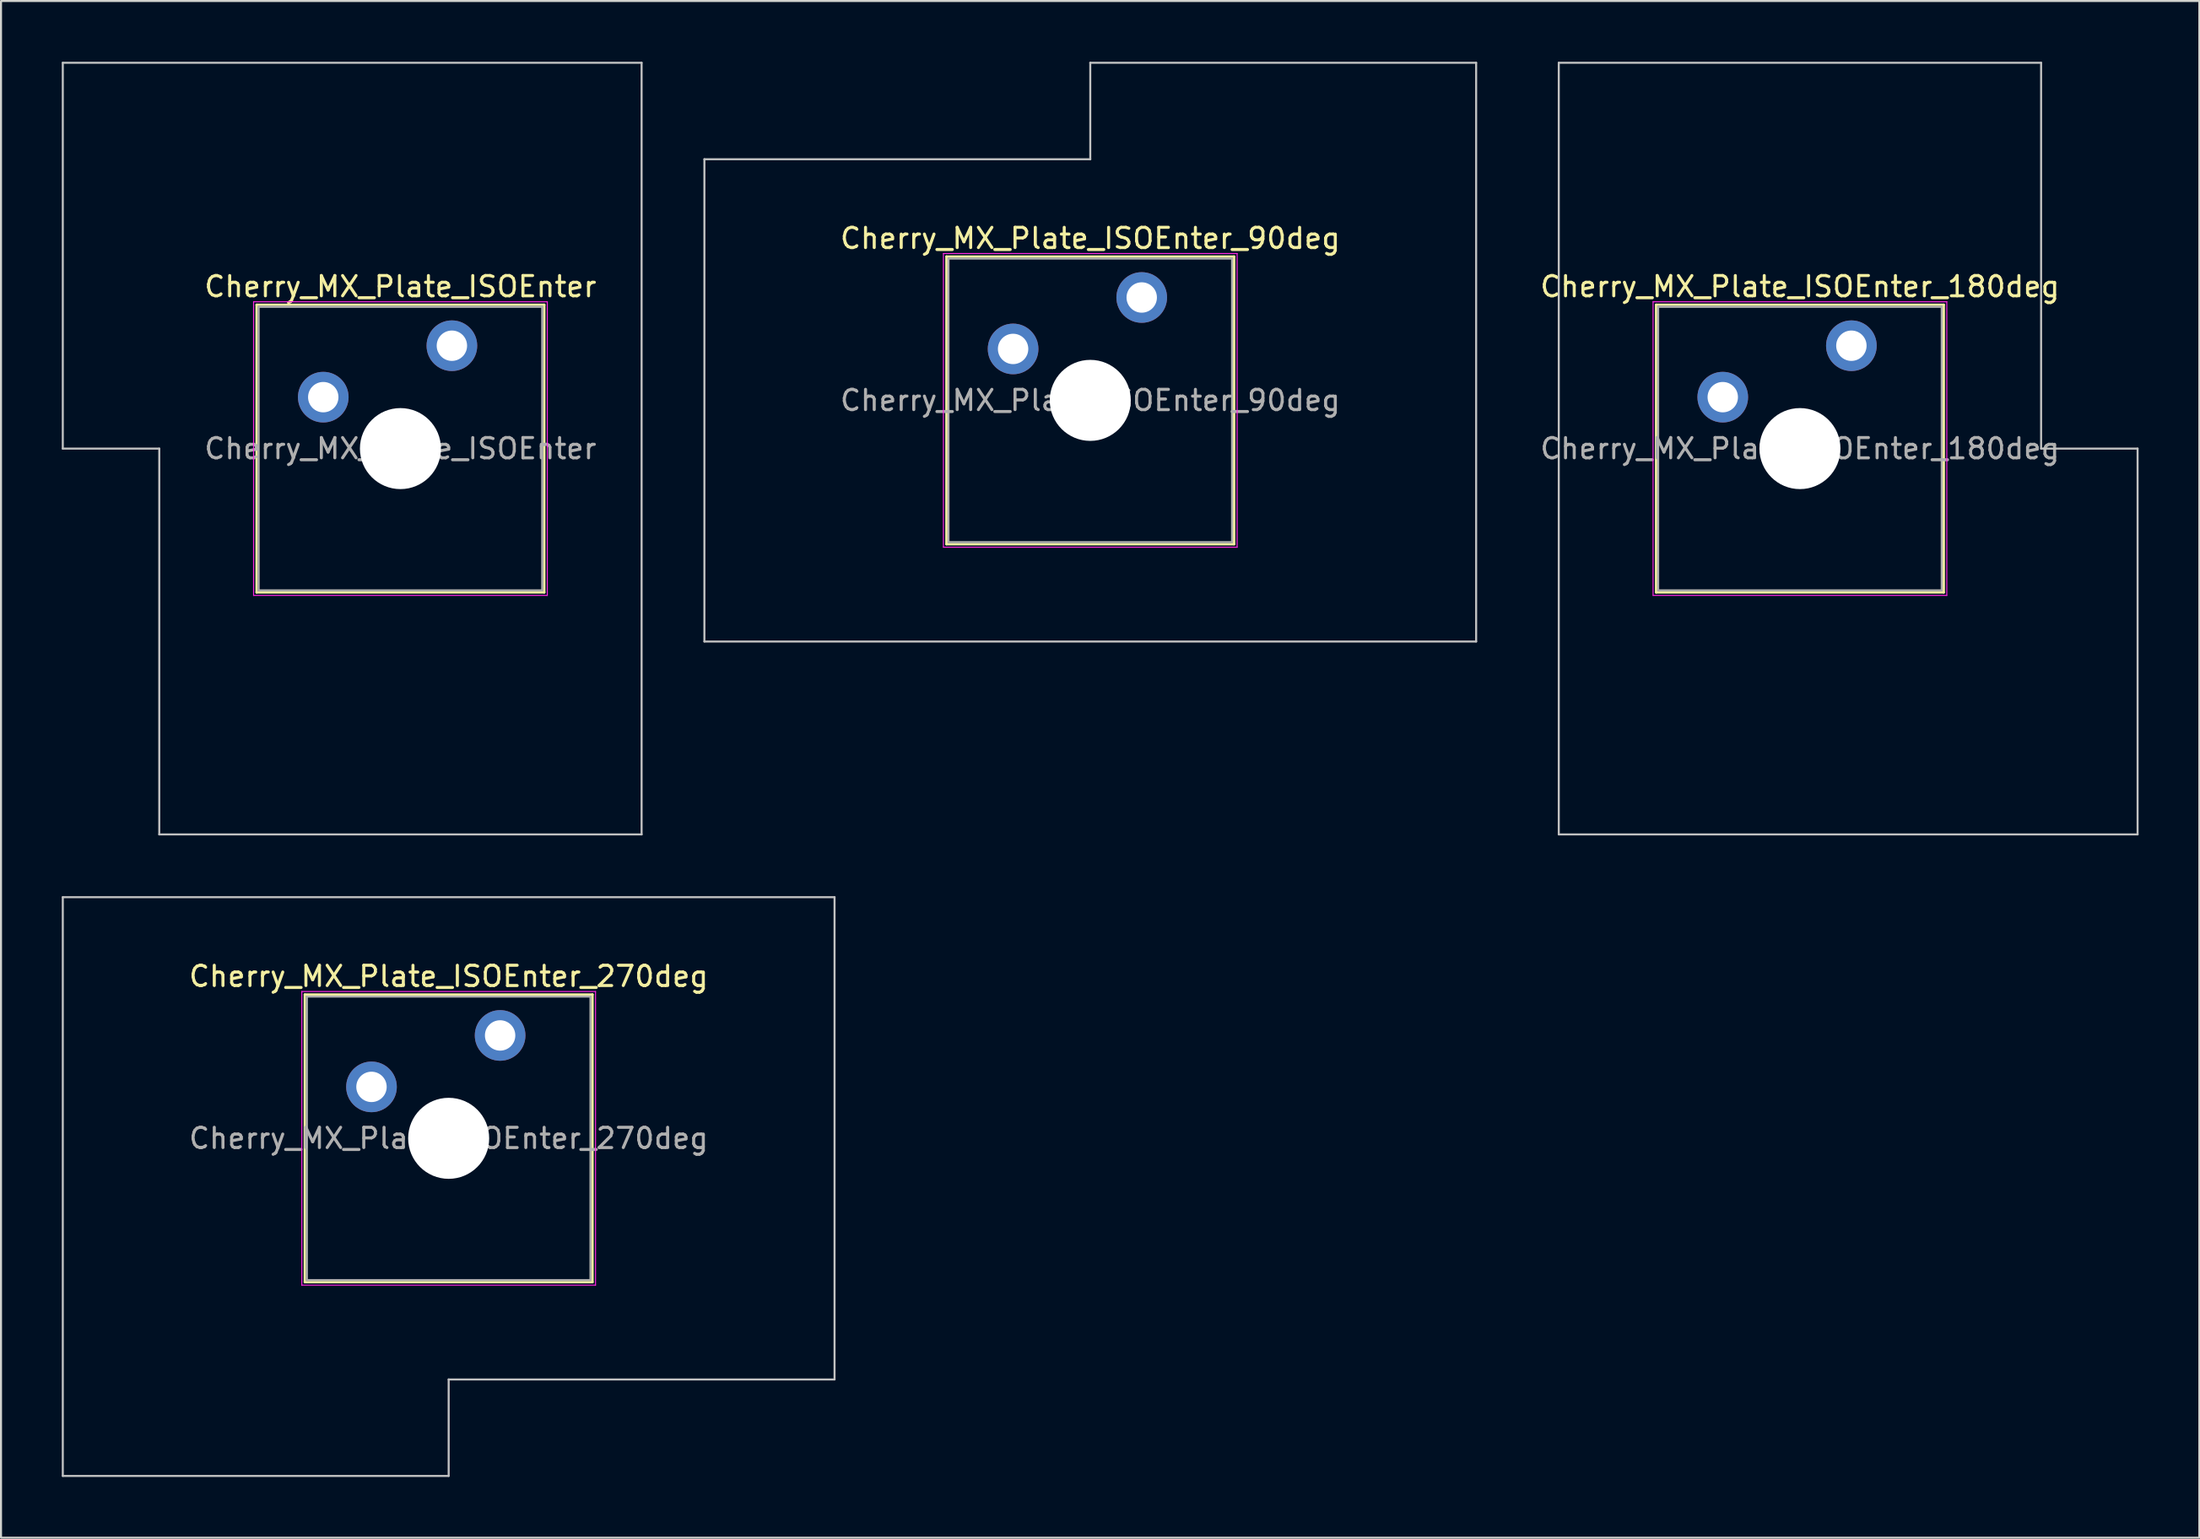
<source format=kicad_pcb>
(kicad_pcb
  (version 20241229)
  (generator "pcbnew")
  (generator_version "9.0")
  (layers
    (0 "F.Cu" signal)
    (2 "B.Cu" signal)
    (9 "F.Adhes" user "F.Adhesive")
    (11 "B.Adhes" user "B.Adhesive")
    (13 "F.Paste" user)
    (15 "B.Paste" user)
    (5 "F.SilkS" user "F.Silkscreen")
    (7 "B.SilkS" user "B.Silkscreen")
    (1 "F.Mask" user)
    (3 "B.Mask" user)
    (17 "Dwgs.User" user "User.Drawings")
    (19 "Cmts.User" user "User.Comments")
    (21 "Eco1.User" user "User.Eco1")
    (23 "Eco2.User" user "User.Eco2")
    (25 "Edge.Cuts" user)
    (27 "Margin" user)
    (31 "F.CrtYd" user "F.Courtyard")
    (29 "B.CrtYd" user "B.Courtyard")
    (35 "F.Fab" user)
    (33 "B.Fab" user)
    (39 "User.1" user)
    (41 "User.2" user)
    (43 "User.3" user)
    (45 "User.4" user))
  (footprint "Cherry_MX_Plate_ISOEnter"
    (layer "F.Cu")
    (at 16.719 19.1)
    (property "Reference" "Cherry_MX_Plate_ISOEnter" (at 0 -8 0) (layer "F.SilkS") (effects (font (size 1 1) (thickness 0.15))))
    (attr through_hole)
    (fp_line (start -7.1 -7.1) (end -7.1 7.1) (stroke (width 0.12) (type solid)) (layer "F.SilkS"))
    (fp_line (start -7.1 7.1) (end 7.1 7.1) (stroke (width 0.12) (type solid)) (layer "F.SilkS"))
    (fp_line (start 7.1 -7.1) (end -7.1 -7.1) (stroke (width 0.12) (type solid)) (layer "F.SilkS"))
    (fp_line (start 7.1 7.1) (end 7.1 -7.1) (stroke (width 0.12) (type solid)) (layer "F.SilkS"))
    (fp_line (start -16.669 -19.05) (end -16.669 0) (stroke (width 0.1) (type solid)) (layer "Dwgs.User"))
    (fp_line (start -16.669 0) (end -11.906 0) (stroke (width 0.1) (type solid)) (layer "Dwgs.User"))
    (fp_line (start -11.906 0) (end -11.906 19.05) (stroke (width 0.1) (type solid)) (layer "Dwgs.User"))
    (fp_line (start -11.906 19.05) (end 11.906 19.05) (stroke (width 0.1) (type solid)) (layer "Dwgs.User"))
    (fp_line (start 11.906 -19.05) (end -16.669 -19.05) (stroke (width 0.1) (type solid)) (layer "Dwgs.User"))
    (fp_line (start 11.906 19.05) (end 11.906 -19.05) (stroke (width 0.1) (type solid)) (layer "Dwgs.User"))
    (fp_line (start -7 -7) (end -7 7) (stroke (width 0.1) (type solid)) (layer "Eco1.User"))
    (fp_line (start -7 7) (end 7 7) (stroke (width 0.1) (type solid)) (layer "Eco1.User"))
    (fp_line (start 7 -7) (end -7 -7) (stroke (width 0.1) (type solid)) (layer "Eco1.User"))
    (fp_line (start 7 7) (end 7 -7) (stroke (width 0.1) (type solid)) (layer "Eco1.User"))
    (fp_line (start -7.25 -7.25) (end -7.25 7.25) (stroke (width 0.05) (type solid)) (layer "F.CrtYd"))
    (fp_line (start -7.25 7.25) (end 7.25 7.25) (stroke (width 0.05) (type solid)) (layer "F.CrtYd"))
    (fp_line (start 7.25 -7.25) (end -7.25 -7.25) (stroke (width 0.05) (type solid)) (layer "F.CrtYd"))
    (fp_line (start 7.25 7.25) (end 7.25 -7.25) (stroke (width 0.05) (type solid)) (layer "F.CrtYd"))
    (fp_line (start -7 -7) (end -7 7) (stroke (width 0.1) (type solid)) (layer "F.Fab"))
    (fp_line (start -7 7) (end 7 7) (stroke (width 0.1) (type solid)) (layer "F.Fab"))
    (fp_line (start 7 -7) (end -7 -7) (stroke (width 0.1) (type solid)) (layer "F.Fab"))
    (fp_line (start 7 7) (end 7 -7) (stroke (width 0.1) (type solid)) (layer "F.Fab"))
    (fp_text user "${REFERENCE}" (at 0 0 0) (layer "F.Fab") (effects (font (size 1 1) (thickness 0.15))))
    (pad "" np_thru_hole circle (at 0 0) (size 4 4) (drill 4) (layers "*.Cu" "*.Mask"))
    (pad "1" thru_hole circle (at -3.81 -2.54) (size 2.5 2.5) (drill 1.5) (layers "*.Cu" "*.Mask"))
    (pad "2" thru_hole circle (at 2.54 -5.08) (size 2.5 2.5) (drill 1.5) (layers "*.Cu" "*.Mask")))
  (footprint "Cherry_MX_Plate_ISOEnter_180deg"
    (layer "F.Cu")
    (at 85.81 19.1)
    (property "Reference" "Cherry_MX_Plate_ISOEnter_180deg" (at 0 -8 0) (layer "F.SilkS") (effects (font (size 1 1) (thickness 0.15))))
    (attr through_hole)
    (fp_line (start -7.1 -7.1) (end -7.1 7.1) (stroke (width 0.12) (type solid)) (layer "F.SilkS"))
    (fp_line (start -7.1 7.1) (end 7.1 7.1) (stroke (width 0.12) (type solid)) (layer "F.SilkS"))
    (fp_line (start 7.1 -7.1) (end -7.1 -7.1) (stroke (width 0.12) (type solid)) (layer "F.SilkS"))
    (fp_line (start 7.1 7.1) (end 7.1 -7.1) (stroke (width 0.12) (type solid)) (layer "F.SilkS"))
    (fp_line (start -11.906 -19.05) (end -11.906 19.05) (stroke (width 0.1) (type solid)) (layer "Dwgs.User"))
    (fp_line (start -11.906 19.05) (end 16.669 19.05) (stroke (width 0.1) (type solid)) (layer "Dwgs.User"))
    (fp_line (start 11.906 -19.05) (end -11.906 -19.05) (stroke (width 0.1) (type solid)) (layer "Dwgs.User"))
    (fp_line (start 11.906 0) (end 11.906 -19.05) (stroke (width 0.1) (type solid)) (layer "Dwgs.User"))
    (fp_line (start 16.669 0) (end 11.906 0) (stroke (width 0.1) (type solid)) (layer "Dwgs.User"))
    (fp_line (start 16.669 19.05) (end 16.669 0) (stroke (width 0.1) (type solid)) (layer "Dwgs.User"))
    (fp_line (start -7 -7) (end -7 7) (stroke (width 0.1) (type solid)) (layer "Eco1.User"))
    (fp_line (start -7 7) (end 7 7) (stroke (width 0.1) (type solid)) (layer "Eco1.User"))
    (fp_line (start 7 -7) (end -7 -7) (stroke (width 0.1) (type solid)) (layer "Eco1.User"))
    (fp_line (start 7 7) (end 7 -7) (stroke (width 0.1) (type solid)) (layer "Eco1.User"))
    (fp_line (start -7.25 -7.25) (end -7.25 7.25) (stroke (width 0.05) (type solid)) (layer "F.CrtYd"))
    (fp_line (start -7.25 7.25) (end 7.25 7.25) (stroke (width 0.05) (type solid)) (layer "F.CrtYd"))
    (fp_line (start 7.25 -7.25) (end -7.25 -7.25) (stroke (width 0.05) (type solid)) (layer "F.CrtYd"))
    (fp_line (start 7.25 7.25) (end 7.25 -7.25) (stroke (width 0.05) (type solid)) (layer "F.CrtYd"))
    (fp_line (start -7 -7) (end -7 7) (stroke (width 0.1) (type solid)) (layer "F.Fab"))
    (fp_line (start -7 7) (end 7 7) (stroke (width 0.1) (type solid)) (layer "F.Fab"))
    (fp_line (start 7 -7) (end -7 -7) (stroke (width 0.1) (type solid)) (layer "F.Fab"))
    (fp_line (start 7 7) (end 7 -7) (stroke (width 0.1) (type solid)) (layer "F.Fab"))
    (fp_text user "${REFERENCE}" (at 0 0 0) (layer "F.Fab") (effects (font (size 1 1) (thickness 0.15))))
    (pad "" np_thru_hole circle (at 0 0) (size 4 4) (drill 4) (layers "*.Cu" "*.Mask"))
    (pad "1" thru_hole circle (at -3.81 -2.54) (size 2.5 2.5) (drill 1.5) (layers "*.Cu" "*.Mask"))
    (pad "2" thru_hole circle (at 2.54 -5.08) (size 2.5 2.5) (drill 1.5) (layers "*.Cu" "*.Mask")))
  (footprint "Cherry_MX_Plate_ISOEnter_270deg"
    (layer "F.Cu")
    (at 19.1 53.156)
    (property "Reference" "Cherry_MX_Plate_ISOEnter_270deg" (at 0 -8 0) (layer "F.SilkS") (effects (font (size 1 1) (thickness 0.15))))
    (attr through_hole)
    (fp_line (start -7.1 -7.1) (end -7.1 7.1) (stroke (width 0.12) (type solid)) (layer "F.SilkS"))
    (fp_line (start -7.1 7.1) (end 7.1 7.1) (stroke (width 0.12) (type solid)) (layer "F.SilkS"))
    (fp_line (start 7.1 -7.1) (end -7.1 -7.1) (stroke (width 0.12) (type solid)) (layer "F.SilkS"))
    (fp_line (start 7.1 7.1) (end 7.1 -7.1) (stroke (width 0.12) (type solid)) (layer "F.SilkS"))
    (fp_line (start -19.05 -11.906) (end -19.05 16.669) (stroke (width 0.1) (type solid)) (layer "Dwgs.User"))
    (fp_line (start -19.05 16.669) (end 0 16.669) (stroke (width 0.1) (type solid)) (layer "Dwgs.User"))
    (fp_line (start 0 11.906) (end 19.05 11.906) (stroke (width 0.1) (type solid)) (layer "Dwgs.User"))
    (fp_line (start 0 16.669) (end 0 11.906) (stroke (width 0.1) (type solid)) (layer "Dwgs.User"))
    (fp_line (start 19.05 -11.906) (end -19.05 -11.906) (stroke (width 0.1) (type solid)) (layer "Dwgs.User"))
    (fp_line (start 19.05 11.906) (end 19.05 -11.906) (stroke (width 0.1) (type solid)) (layer "Dwgs.User"))
    (fp_line (start -7 -7) (end -7 7) (stroke (width 0.1) (type solid)) (layer "Eco1.User"))
    (fp_line (start -7 7) (end 7 7) (stroke (width 0.1) (type solid)) (layer "Eco1.User"))
    (fp_line (start 7 -7) (end -7 -7) (stroke (width 0.1) (type solid)) (layer "Eco1.User"))
    (fp_line (start 7 7) (end 7 -7) (stroke (width 0.1) (type solid)) (layer "Eco1.User"))
    (fp_line (start -7.25 -7.25) (end -7.25 7.25) (stroke (width 0.05) (type solid)) (layer "F.CrtYd"))
    (fp_line (start -7.25 7.25) (end 7.25 7.25) (stroke (width 0.05) (type solid)) (layer "F.CrtYd"))
    (fp_line (start 7.25 -7.25) (end -7.25 -7.25) (stroke (width 0.05) (type solid)) (layer "F.CrtYd"))
    (fp_line (start 7.25 7.25) (end 7.25 -7.25) (stroke (width 0.05) (type solid)) (layer "F.CrtYd"))
    (fp_line (start -7 -7) (end -7 7) (stroke (width 0.1) (type solid)) (layer "F.Fab"))
    (fp_line (start -7 7) (end 7 7) (stroke (width 0.1) (type solid)) (layer "F.Fab"))
    (fp_line (start 7 -7) (end -7 -7) (stroke (width 0.1) (type solid)) (layer "F.Fab"))
    (fp_line (start 7 7) (end 7 -7) (stroke (width 0.1) (type solid)) (layer "F.Fab"))
    (fp_text user "${REFERENCE}" (at 0 0 0) (layer "F.Fab") (effects (font (size 1 1) (thickness 0.15))))
    (pad "" np_thru_hole circle (at 0 0) (size 4 4) (drill 4) (layers "*.Cu" "*.Mask"))
    (pad "1" thru_hole circle (at -3.81 -2.54) (size 2.5 2.5) (drill 1.5) (layers "*.Cu" "*.Mask"))
    (pad "2" thru_hole circle (at 2.54 -5.08) (size 2.5 2.5) (drill 1.5) (layers "*.Cu" "*.Mask")))
  (footprint "Cherry_MX_Plate_ISOEnter_90deg"
    (layer "F.Cu")
    (at 50.775 16.719)
    (property "Reference" "Cherry_MX_Plate_ISOEnter_90deg" (at 0 -8 0) (layer "F.SilkS") (effects (font (size 1 1) (thickness 0.15))))
    (attr through_hole)
    (fp_line (start -7.1 -7.1) (end -7.1 7.1) (stroke (width 0.12) (type solid)) (layer "F.SilkS"))
    (fp_line (start -7.1 7.1) (end 7.1 7.1) (stroke (width 0.12) (type solid)) (layer "F.SilkS"))
    (fp_line (start 7.1 -7.1) (end -7.1 -7.1) (stroke (width 0.12) (type solid)) (layer "F.SilkS"))
    (fp_line (start 7.1 7.1) (end 7.1 -7.1) (stroke (width 0.12) (type solid)) (layer "F.SilkS"))
    (fp_line (start -19.05 -11.906) (end -19.05 11.906) (stroke (width 0.1) (type solid)) (layer "Dwgs.User"))
    (fp_line (start -19.05 11.906) (end 19.05 11.906) (stroke (width 0.1) (type solid)) (layer "Dwgs.User"))
    (fp_line (start 0 -16.669) (end 0 -11.906) (stroke (width 0.1) (type solid)) (layer "Dwgs.User"))
    (fp_line (start 0 -11.906) (end -19.05 -11.906) (stroke (width 0.1) (type solid)) (layer "Dwgs.User"))
    (fp_line (start 19.05 -16.669) (end 0 -16.669) (stroke (width 0.1) (type solid)) (layer "Dwgs.User"))
    (fp_line (start 19.05 11.906) (end 19.05 -16.669) (stroke (width 0.1) (type solid)) (layer "Dwgs.User"))
    (fp_line (start -7 -7) (end -7 7) (stroke (width 0.1) (type solid)) (layer "Eco1.User"))
    (fp_line (start -7 7) (end 7 7) (stroke (width 0.1) (type solid)) (layer "Eco1.User"))
    (fp_line (start 7 -7) (end -7 -7) (stroke (width 0.1) (type solid)) (layer "Eco1.User"))
    (fp_line (start 7 7) (end 7 -7) (stroke (width 0.1) (type solid)) (layer "Eco1.User"))
    (fp_line (start -7.25 -7.25) (end -7.25 7.25) (stroke (width 0.05) (type solid)) (layer "F.CrtYd"))
    (fp_line (start -7.25 7.25) (end 7.25 7.25) (stroke (width 0.05) (type solid)) (layer "F.CrtYd"))
    (fp_line (start 7.25 -7.25) (end -7.25 -7.25) (stroke (width 0.05) (type solid)) (layer "F.CrtYd"))
    (fp_line (start 7.25 7.25) (end 7.25 -7.25) (stroke (width 0.05) (type solid)) (layer "F.CrtYd"))
    (fp_line (start -7 -7) (end -7 7) (stroke (width 0.1) (type solid)) (layer "F.Fab"))
    (fp_line (start -7 7) (end 7 7) (stroke (width 0.1) (type solid)) (layer "F.Fab"))
    (fp_line (start 7 -7) (end -7 -7) (stroke (width 0.1) (type solid)) (layer "F.Fab"))
    (fp_line (start 7 7) (end 7 -7) (stroke (width 0.1) (type solid)) (layer "F.Fab"))
    (fp_text user "${REFERENCE}" (at 0 0 0) (layer "F.Fab") (effects (font (size 1 1) (thickness 0.15))))
    (pad "" np_thru_hole circle (at 0 0) (size 4 4) (drill 4) (layers "*.Cu" "*.Mask"))
    (pad "1" thru_hole circle (at -3.81 -2.54) (size 2.5 2.5) (drill 1.5) (layers "*.Cu" "*.Mask"))
    (pad "2" thru_hole circle (at 2.54 -5.08) (size 2.5 2.5) (drill 1.5) (layers "*.Cu" "*.Mask")))
  (gr_rect
    (start -3 -3)
    (end 105.528 72.875)
    (stroke (width 0.1) (type default))
    (fill no)
    (layer "Edge.Cuts")))
</source>
